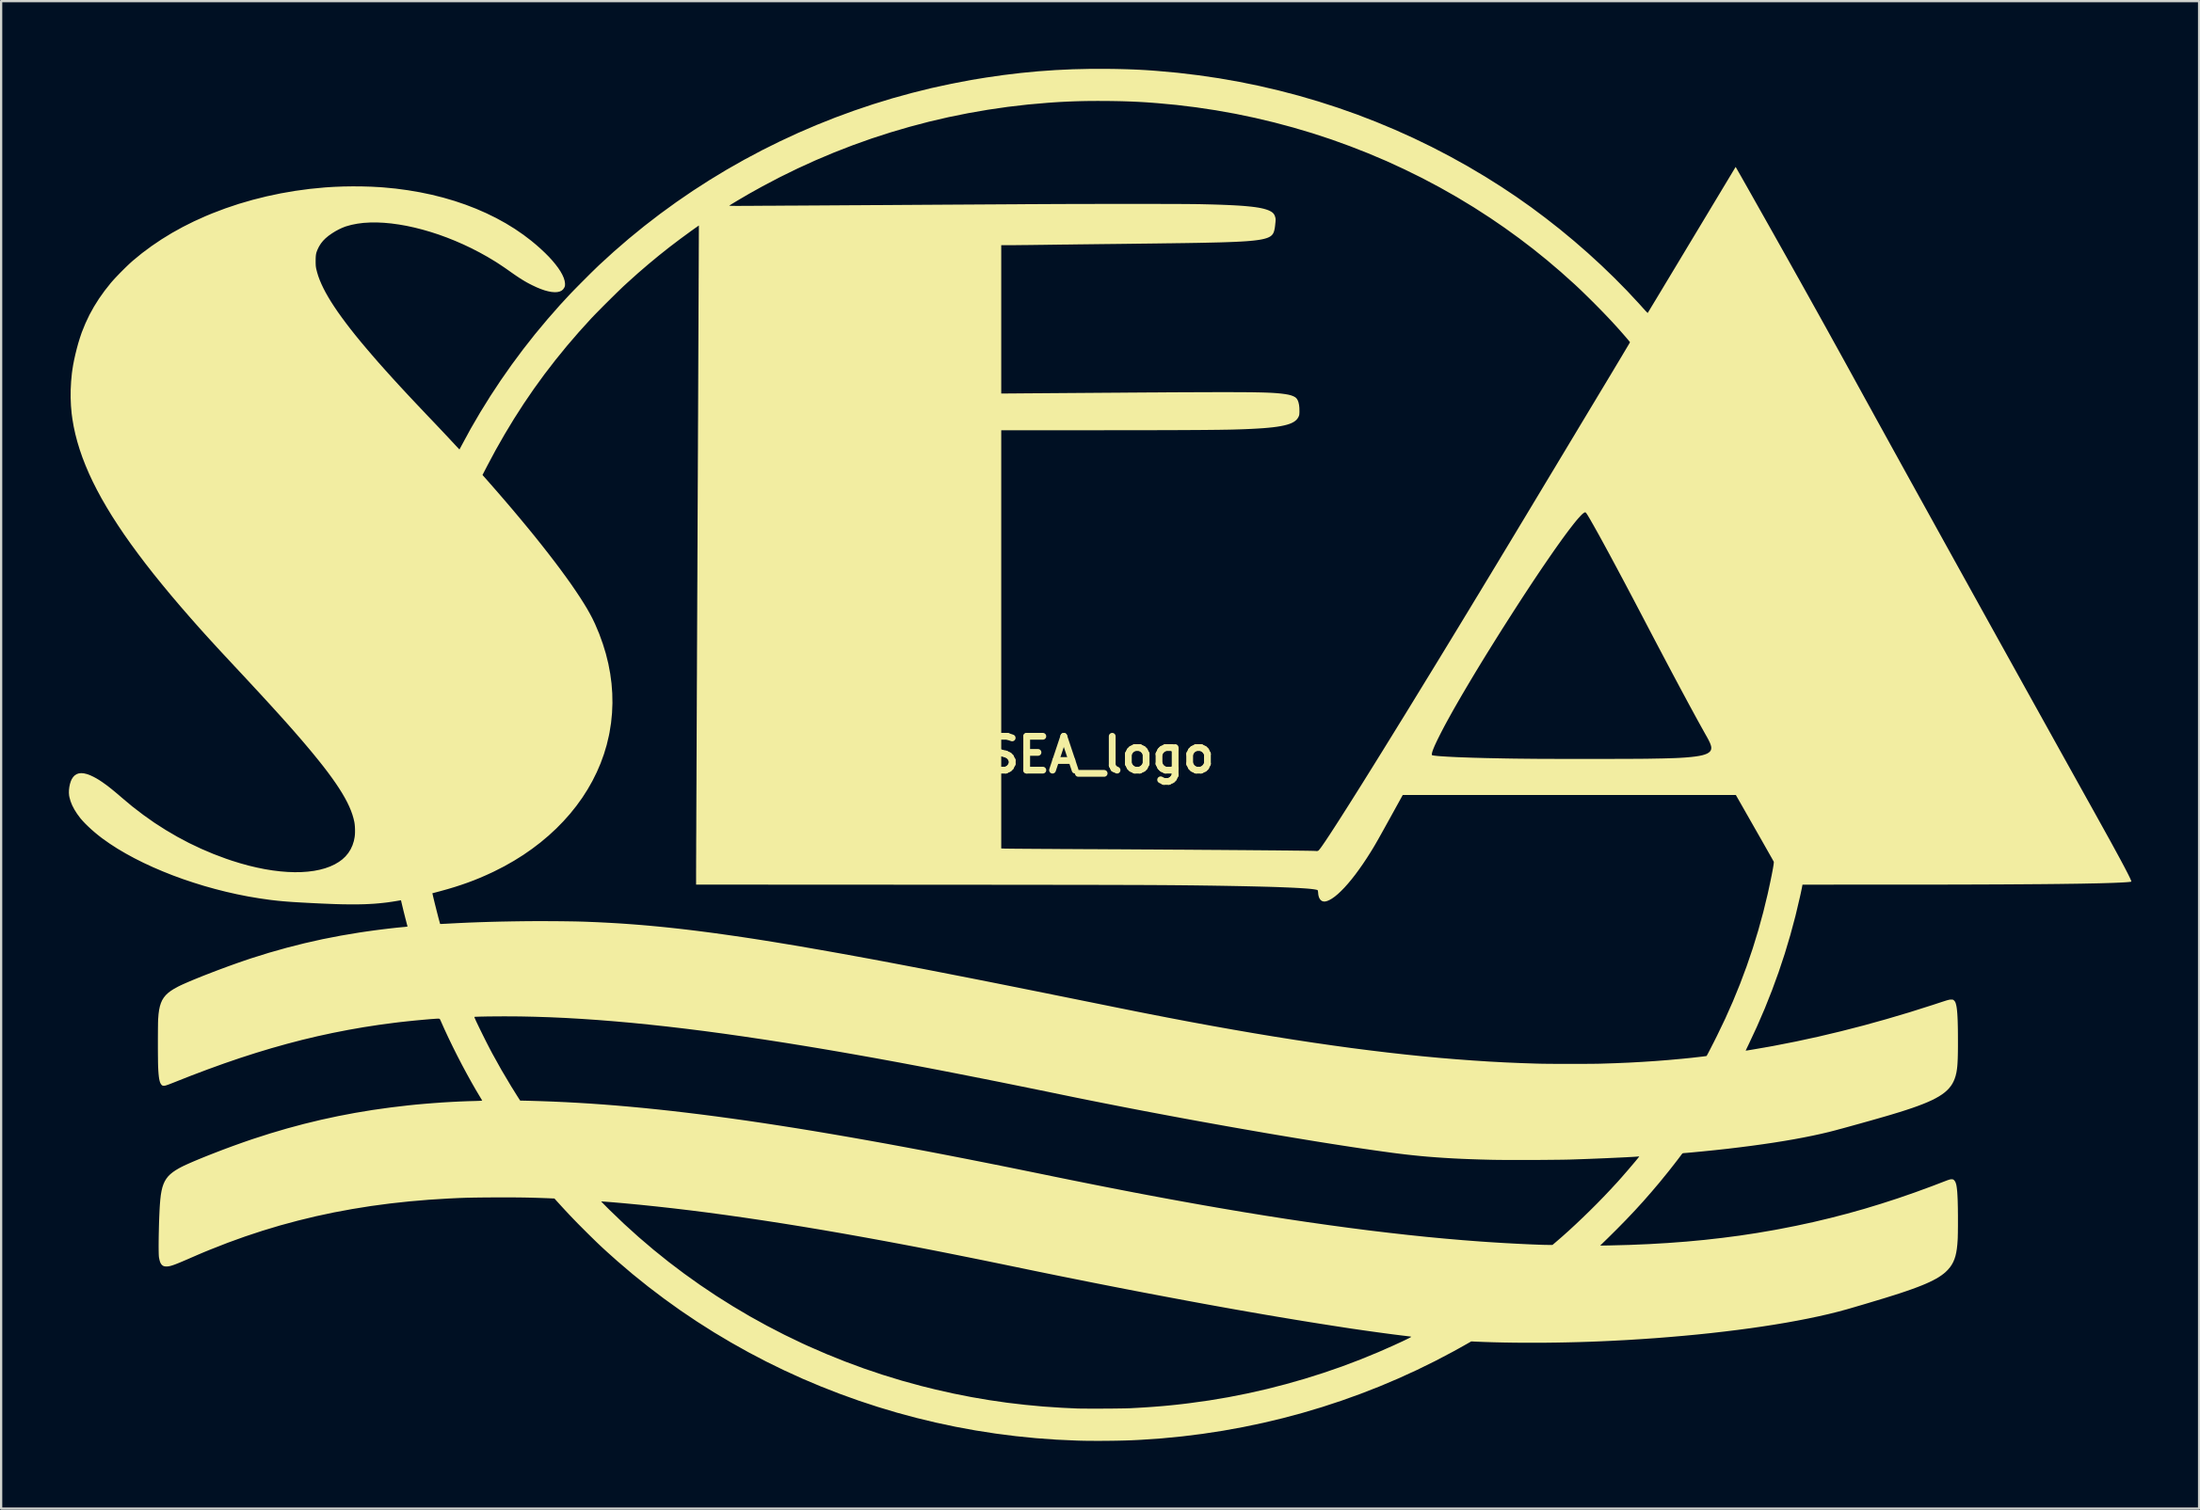
<source format=kicad_pcb>
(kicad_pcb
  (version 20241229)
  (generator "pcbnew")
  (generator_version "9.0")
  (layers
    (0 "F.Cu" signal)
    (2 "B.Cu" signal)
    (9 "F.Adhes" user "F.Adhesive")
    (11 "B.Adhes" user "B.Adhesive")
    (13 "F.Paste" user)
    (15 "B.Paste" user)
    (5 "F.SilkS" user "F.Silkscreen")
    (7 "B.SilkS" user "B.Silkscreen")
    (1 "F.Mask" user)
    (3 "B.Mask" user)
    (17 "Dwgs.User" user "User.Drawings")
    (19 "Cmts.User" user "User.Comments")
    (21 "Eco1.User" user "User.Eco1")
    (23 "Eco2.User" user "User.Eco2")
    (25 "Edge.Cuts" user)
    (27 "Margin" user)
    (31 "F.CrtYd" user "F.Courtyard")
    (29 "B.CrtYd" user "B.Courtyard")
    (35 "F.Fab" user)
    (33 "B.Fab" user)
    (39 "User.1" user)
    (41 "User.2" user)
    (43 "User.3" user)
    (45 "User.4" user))
  (footprint "SEA_logo"
    (layer "F.Cu")
    (at 45.647 30.383)
    (property "Reference" "SEA_logo" (at 0 0 0) (layer "F.SilkS") (effects (font (size 1.5 1.5) (thickness 0.3))))
    (attr board_only exclude_from_pos_files exclude_from_bom)
    (fp_poly (pts (xy 0.636 -30.379) (xy 0.933 -30.373) (xy 1.215 -30.365) (xy 1.487 -30.355) (xy 1.753 -30.343) (xy 2.018 -30.328) (xy 2.288 -30.31) (xy 2.535 -30.291) (xy 3.448 -30.208) (xy 4.356 -30.099) (xy 5.257 -29.967) (xy 6.153 -29.809) (xy 7.041 -29.628) (xy 7.923 -29.422) (xy 8.797 -29.193) (xy 9.664 -28.939) (xy 10.522 -28.662) (xy 11.372 -28.362) (xy 12.213 -28.037) (xy 13.044 -27.69) (xy 13.867 -27.319) (xy 14.679 -26.925) (xy 15.48 -26.508) (xy 16.271 -26.069) (xy 17.051 -25.606) (xy 17.757 -25.161) (xy 18.417 -24.721) (xy 19.072 -24.259) (xy 19.718 -23.776) (xy 20.355 -23.276) (xy 20.979 -22.759) (xy 21.59 -22.227) (xy 22.185 -21.682) (xy 22.761 -21.126) (xy 23.318 -20.561) (xy 23.852 -19.988) (xy 24.018 -19.802) (xy 24.077 -19.738) (xy 24.129 -19.68) (xy 24.175 -19.632) (xy 24.21 -19.597) (xy 24.232 -19.576) (xy 24.24 -19.572) (xy 24.247 -19.583) (xy 24.267 -19.616) (xy 24.298 -19.668) (xy 24.342 -19.74) (xy 24.396 -19.83) (xy 24.461 -19.938) (xy 24.536 -20.062) (xy 24.621 -20.202) (xy 24.714 -20.357) (xy 24.816 -20.526) (xy 24.926 -20.709) (xy 25.043 -20.904) (xy 25.168 -21.111) (xy 25.298 -21.328) (xy 25.435 -21.555) (xy 25.577 -21.791) (xy 25.724 -22.036) (xy 25.875 -22.287) (xy 26.03 -22.546) (xy 26.188 -22.808) (xy 26.347 -23.072) (xy 26.502 -23.33) (xy 26.653 -23.581) (xy 26.8 -23.825) (xy 26.942 -24.061) (xy 27.078 -24.288) (xy 27.209 -24.505) (xy 27.333 -24.712) (xy 27.45 -24.906) (xy 27.559 -25.088) (xy 27.661 -25.257) (xy 27.754 -25.412) (xy 27.838 -25.552) (xy 27.913 -25.676) (xy 27.977 -25.783) (xy 28.031 -25.873) (xy 28.074 -25.944) (xy 28.105 -25.996) (xy 28.125 -26.028) (xy 28.131 -26.039) (xy 28.138 -26.029) (xy 28.156 -25.998) (xy 28.185 -25.947) (xy 28.224 -25.88) (xy 28.272 -25.795) (xy 28.329 -25.696) (xy 28.393 -25.584) (xy 28.463 -25.46) (xy 28.539 -25.325) (xy 28.621 -25.181) (xy 28.706 -25.03) (xy 28.768 -24.921) (xy 29.033 -24.45) (xy 29.287 -24) (xy 29.53 -23.569) (xy 29.763 -23.155) (xy 29.986 -22.758) (xy 30.201 -22.375) (xy 30.409 -22.006) (xy 30.609 -21.648) (xy 30.804 -21.3) (xy 30.994 -20.961) (xy 31.179 -20.629) (xy 31.361 -20.303) (xy 31.54 -19.981) (xy 31.718 -19.662) (xy 31.894 -19.345) (xy 32.071 -19.027) (xy 32.248 -18.707) (xy 32.426 -18.384) (xy 32.607 -18.057) (xy 32.792 -17.723) (xy 32.98 -17.382) (xy 33.173 -17.031) (xy 33.371 -16.67) (xy 33.576 -16.297) (xy 33.577 -16.296) (xy 33.832 -15.831) (xy 34.1 -15.345) (xy 34.379 -14.837) (xy 34.67 -14.31) (xy 34.971 -13.763) (xy 35.283 -13.198) (xy 35.605 -12.614) (xy 35.937 -12.013) (xy 36.278 -11.396) (xy 36.629 -10.762) (xy 36.988 -10.113) (xy 37.355 -9.449) (xy 37.73 -8.771) (xy 38.113 -8.08) (xy 38.503 -7.376) (xy 38.899 -6.661) (xy 39.302 -5.934) (xy 39.711 -5.196) (xy 40.126 -4.449) (xy 40.546 -3.692) (xy 40.97 -2.927) (xy 41.4 -2.154) (xy 41.833 -1.374) (xy 42.27 -0.587) (xy 42.711 0.206) (xy 43.154 1.003) (xy 43.6 1.805) (xy 44.049 2.611) (xy 44.246 2.967) (xy 44.426 3.291) (xy 44.594 3.595) (xy 44.75 3.877) (xy 44.893 4.139) (xy 45.024 4.38) (xy 45.143 4.599) (xy 45.249 4.797) (xy 45.343 4.974) (xy 45.424 5.13) (xy 45.493 5.264) (xy 45.549 5.377) (xy 45.593 5.468) (xy 45.624 5.538) (xy 45.642 5.586) (xy 45.647 5.612) (xy 45.646 5.616) (xy 45.629 5.621) (xy 45.589 5.627) (xy 45.53 5.633) (xy 45.453 5.64) (xy 45.361 5.646) (xy 45.258 5.652) (xy 45.145 5.658) (xy 45.101 5.66) (xy 44.925 5.668) (xy 44.731 5.675) (xy 44.518 5.681) (xy 44.287 5.688) (xy 44.036 5.694) (xy 43.765 5.699) (xy 43.475 5.705) (xy 43.165 5.71) (xy 42.834 5.714) (xy 42.482 5.719) (xy 42.11 5.723) (xy 41.716 5.727) (xy 41.3 5.73) (xy 40.863 5.733) (xy 40.403 5.736) (xy 39.92 5.739) (xy 39.415 5.741) (xy 38.887 5.743) (xy 38.335 5.745) (xy 37.76 5.746) (xy 37.16 5.748) (xy 36.536 5.748) (xy 35.887 5.749) (xy 35.214 5.749) (xy 34.866 5.749) (xy 31.091 5.75) (xy 31.069 5.867) (xy 31.06 5.913) (xy 31.046 5.979) (xy 31.029 6.059) (xy 31.01 6.149) (xy 30.989 6.243) (xy 30.976 6.302) (xy 30.777 7.145) (xy 30.553 7.98) (xy 30.306 8.807) (xy 30.034 9.626) (xy 29.738 10.438) (xy 29.418 11.243) (xy 29.073 12.041) (xy 28.724 12.789) (xy 28.685 12.871) (xy 28.649 12.945) (xy 28.619 13.008) (xy 28.596 13.057) (xy 28.581 13.09) (xy 28.576 13.103) (xy 28.576 13.103) (xy 28.588 13.101) (xy 28.623 13.096) (xy 28.678 13.088) (xy 28.749 13.076) (xy 28.834 13.062) (xy 28.93 13.046) (xy 29.035 13.028) (xy 29.146 13.009) (xy 29.259 12.989) (xy 29.372 12.97) (xy 29.483 12.95) (xy 29.589 12.932) (xy 29.686 12.914) (xy 29.773 12.899) (xy 29.815 12.891) (xy 30.798 12.698) (xy 31.79 12.483) (xy 32.79 12.245) (xy 33.798 11.986) (xy 34.812 11.704) (xy 35.831 11.402) (xy 36.853 11.078) (xy 37.109 10.994) (xy 37.23 10.954) (xy 37.329 10.922) (xy 37.41 10.896) (xy 37.474 10.876) (xy 37.526 10.862) (xy 37.567 10.852) (xy 37.6 10.845) (xy 37.629 10.841) (xy 37.655 10.84) (xy 37.664 10.84) (xy 37.713 10.84) (xy 37.745 10.844) (xy 37.768 10.854) (xy 37.79 10.871) (xy 37.795 10.877) (xy 37.826 10.91) (xy 37.85 10.945) (xy 37.869 10.99) (xy 37.886 11.05) (xy 37.896 11.089) (xy 37.911 11.164) (xy 37.924 11.254) (xy 37.935 11.359) (xy 37.945 11.481) (xy 37.953 11.621) (xy 37.96 11.78) (xy 37.965 11.96) (xy 37.969 12.161) (xy 37.971 12.385) (xy 37.972 12.633) (xy 37.972 12.719) (xy 37.972 12.935) (xy 37.97 13.128) (xy 37.967 13.299) (xy 37.963 13.451) (xy 37.957 13.586) (xy 37.95 13.706) (xy 37.941 13.814) (xy 37.93 13.91) (xy 37.917 13.997) (xy 37.903 14.078) (xy 37.901 14.085) (xy 37.871 14.213) (xy 37.832 14.335) (xy 37.785 14.45) (xy 37.729 14.559) (xy 37.662 14.663) (xy 37.583 14.762) (xy 37.492 14.858) (xy 37.388 14.95) (xy 37.269 15.039) (xy 37.135 15.126) (xy 36.984 15.212) (xy 36.816 15.297) (xy 36.63 15.381) (xy 36.425 15.466) (xy 36.199 15.552) (xy 35.952 15.64) (xy 35.683 15.73) (xy 35.391 15.823) (xy 35.075 15.919) (xy 35.074 15.92) (xy 34.933 15.962) (xy 34.775 16.008) (xy 34.604 16.057) (xy 34.421 16.11) (xy 34.229 16.165) (xy 34.031 16.221) (xy 33.83 16.277) (xy 33.629 16.334) (xy 33.429 16.389) (xy 33.234 16.443) (xy 33.046 16.495) (xy 32.868 16.544) (xy 32.702 16.588) (xy 32.552 16.629) (xy 32.42 16.663) (xy 32.308 16.692) (xy 32.263 16.704) (xy 31.91 16.787) (xy 31.534 16.869) (xy 31.134 16.949) (xy 30.712 17.028) (xy 30.269 17.104) (xy 29.806 17.178) (xy 29.324 17.249) (xy 28.824 17.318) (xy 28.307 17.384) (xy 27.774 17.448) (xy 27.226 17.508) (xy 26.664 17.565) (xy 26.181 17.611) (xy 26.089 17.619) (xy 26.003 17.627) (xy 25.929 17.633) (xy 25.869 17.638) (xy 25.827 17.641) (xy 25.806 17.643) (xy 25.806 17.643) (xy 25.78 17.654) (xy 25.748 17.688) (xy 25.736 17.703) (xy 25.706 17.745) (xy 25.662 17.803) (xy 25.607 17.876) (xy 25.544 17.959) (xy 25.474 18.049) (xy 25.401 18.144) (xy 25.326 18.239) (xy 25.252 18.334) (xy 25.182 18.423) (xy 25.117 18.504) (xy 25.115 18.506) (xy 24.763 18.939) (xy 24.407 19.359) (xy 24.045 19.773) (xy 23.672 20.182) (xy 23.285 20.591) (xy 22.882 21.002) (xy 22.465 21.415) (xy 22.134 21.737) (xy 22.579 21.729) (xy 23.449 21.706) (xy 24.299 21.67) (xy 25.131 21.621) (xy 25.945 21.56) (xy 26.745 21.485) (xy 27.531 21.396) (xy 28.306 21.295) (xy 29.071 21.179) (xy 29.828 21.049) (xy 30.045 21.009) (xy 30.815 20.858) (xy 31.573 20.694) (xy 32.323 20.515) (xy 33.068 20.322) (xy 33.811 20.114) (xy 34.555 19.888) (xy 35.303 19.646) (xy 36.057 19.385) (xy 36.821 19.105) (xy 37.384 18.889) (xy 37.47 18.856) (xy 37.536 18.832) (xy 37.587 18.816) (xy 37.627 18.805) (xy 37.66 18.8) (xy 37.688 18.799) (xy 37.731 18.801) (xy 37.76 18.808) (xy 37.786 18.826) (xy 37.808 18.847) (xy 37.836 18.882) (xy 37.861 18.926) (xy 37.882 18.983) (xy 37.901 19.053) (xy 37.916 19.139) (xy 37.929 19.242) (xy 37.941 19.364) (xy 37.95 19.508) (xy 37.958 19.674) (xy 37.96 19.727) (xy 37.963 19.835) (xy 37.966 19.96) (xy 37.969 20.1) (xy 37.97 20.249) (xy 37.972 20.405) (xy 37.972 20.565) (xy 37.972 20.724) (xy 37.972 20.879) (xy 37.97 21.026) (xy 37.969 21.162) (xy 37.966 21.284) (xy 37.964 21.388) (xy 37.96 21.47) (xy 37.96 21.474) (xy 37.945 21.687) (xy 37.924 21.878) (xy 37.896 22.049) (xy 37.86 22.203) (xy 37.815 22.342) (xy 37.761 22.468) (xy 37.697 22.585) (xy 37.622 22.694) (xy 37.535 22.797) (xy 37.51 22.824) (xy 37.431 22.902) (xy 37.343 22.978) (xy 37.243 23.053) (xy 37.133 23.127) (xy 37.009 23.201) (xy 36.872 23.274) (xy 36.72 23.349) (xy 36.552 23.425) (xy 36.368 23.502) (xy 36.165 23.581) (xy 35.943 23.663) (xy 35.701 23.748) (xy 35.438 23.837) (xy 35.152 23.929) (xy 34.843 24.026) (xy 34.714 24.066) (xy 34.562 24.112) (xy 34.4 24.161) (xy 34.229 24.212) (xy 34.055 24.265) (xy 33.88 24.317) (xy 33.709 24.368) (xy 33.544 24.416) (xy 33.389 24.462) (xy 33.248 24.503) (xy 33.125 24.539) (xy 33.03 24.566) (xy 32.644 24.67) (xy 32.234 24.772) (xy 31.801 24.87) (xy 31.346 24.966) (xy 30.87 25.059) (xy 30.375 25.149) (xy 29.861 25.235) (xy 29.329 25.318) (xy 28.781 25.397) (xy 28.217 25.472) (xy 27.64 25.543) (xy 27.049 25.611) (xy 26.447 25.674) (xy 25.833 25.732) (xy 25.21 25.786) (xy 24.579 25.836) (xy 23.939 25.88) (xy 23.294 25.92) (xy 22.643 25.954) (xy 22.122 25.978) (xy 21.651 25.996) (xy 21.173 26.011) (xy 20.69 26.023) (xy 20.205 26.032) (xy 19.721 26.038) (xy 19.242 26.04) (xy 18.77 26.04) (xy 18.309 26.036) (xy 17.861 26.029) (xy 17.429 26.019) (xy 17.017 26.006) (xy 16.664 25.992) (xy 16.429 25.981) (xy 16.143 26.143) (xy 16.049 26.196) (xy 15.947 26.253) (xy 15.844 26.31) (xy 15.747 26.364) (xy 15.662 26.411) (xy 15.635 26.426) (xy 14.836 26.847) (xy 14.026 27.245) (xy 13.205 27.62) (xy 12.375 27.972) (xy 11.535 28.3) (xy 10.687 28.605) (xy 9.83 28.887) (xy 8.965 29.145) (xy 8.093 29.379) (xy 7.214 29.589) (xy 6.328 29.775) (xy 5.437 29.937) (xy 4.54 30.074) (xy 3.638 30.187) (xy 2.732 30.275) (xy 1.822 30.338) (xy 1.62 30.349) (xy 1.377 30.36) (xy 1.113 30.369) (xy 0.834 30.376) (xy 0.546 30.381) (xy 0.254 30.384) (xy -0.038 30.386) (xy -0.324 30.385) (xy -0.599 30.383) (xy -0.857 30.378) (xy -1.029 30.373) (xy -1.934 30.332) (xy -2.835 30.267) (xy -3.732 30.177) (xy -4.624 30.063) (xy -5.511 29.925) (xy -6.392 29.763) (xy -7.267 29.577) (xy -8.135 29.368) (xy -8.995 29.136) (xy -9.848 28.88) (xy -10.693 28.602) (xy -11.529 28.301) (xy -12.355 27.978) (xy -13.172 27.633) (xy -13.979 27.265) (xy -14.775 26.876) (xy -15.559 26.465) (xy -16.332 26.032) (xy -17.093 25.579) (xy -17.841 25.104) (xy -18.576 24.609) (xy -19.297 24.092) (xy -20.003 23.556) (xy -20.696 22.999) (xy -21.372 22.422) (xy -21.825 22.017) (xy -21.919 21.931) (xy -22.005 21.852) (xy -22.085 21.778) (xy -22.163 21.704) (xy -22.242 21.629) (xy -22.324 21.55) (xy -22.413 21.463) (xy -22.511 21.367) (xy -22.622 21.258) (xy -22.736 21.145) (xy -22.943 20.938) (xy -23.136 20.744) (xy -23.318 20.556) (xy -23.496 20.369) (xy -23.674 20.179) (xy -23.856 19.981) (xy -24.038 19.781) (xy -22.085 19.781) (xy -22.078 19.791) (xy -22.054 19.817) (xy -22.015 19.856) (xy -21.964 19.909) (xy -21.901 19.971) (xy -21.83 20.043) (xy -21.751 20.122) (xy -21.687 20.185) (xy -21.067 20.78) (xy -20.43 21.356) (xy -19.775 21.915) (xy -19.104 22.455) (xy -18.416 22.976) (xy -17.712 23.478) (xy -16.992 23.961) (xy -16.258 24.423) (xy -15.51 24.866) (xy -14.748 25.287) (xy -13.973 25.688) (xy -13.186 26.067) (xy -12.928 26.185) (xy -12.113 26.54) (xy -11.29 26.871) (xy -10.458 27.179) (xy -9.618 27.462) (xy -8.771 27.721) (xy -7.917 27.955) (xy -7.287 28.111) (xy -6.496 28.289) (xy -5.707 28.445) (xy -4.918 28.58) (xy -4.125 28.695) (xy -3.326 28.789) (xy -2.517 28.865) (xy -1.696 28.92) (xy -1.042 28.951) (xy -0.967 28.953) (xy -0.869 28.955) (xy -0.753 28.956) (xy -0.62 28.957) (xy -0.474 28.958) (xy -0.318 28.958) (xy -0.153 28.958) (xy 0.016 28.958) (xy 0.188 28.957) (xy 0.359 28.956) (xy 0.526 28.955) (xy 0.687 28.953) (xy 0.838 28.951) (xy 0.977 28.949) (xy 1.102 28.947) (xy 1.209 28.944) (xy 1.295 28.942) (xy 1.341 28.94) (xy 1.668 28.922) (xy 1.975 28.904) (xy 2.265 28.884) (xy 2.544 28.863) (xy 2.815 28.84) (xy 3.084 28.815) (xy 3.355 28.787) (xy 3.632 28.756) (xy 3.92 28.721) (xy 3.964 28.715) (xy 4.82 28.596) (xy 5.675 28.452) (xy 6.528 28.283) (xy 7.377 28.091) (xy 8.221 27.874) (xy 9.059 27.635) (xy 9.889 27.373) (xy 10.711 27.089) (xy 11.521 26.782) (xy 12.32 26.454) (xy 12.986 26.16) (xy 13.161 26.079) (xy 13.314 26.009) (xy 13.443 25.948) (xy 13.551 25.896) (xy 13.637 25.854) (xy 13.701 25.821) (xy 13.745 25.796) (xy 13.768 25.78) (xy 13.77 25.773) (xy 13.77 25.773) (xy 13.751 25.769) (xy 13.711 25.762) (xy 13.655 25.755) (xy 13.586 25.746) (xy 13.513 25.737) (xy 13.369 25.72) (xy 13.203 25.699) (xy 13.019 25.676) (xy 12.819 25.65) (xy 12.608 25.622) (xy 12.387 25.592) (xy 12.161 25.561) (xy 11.933 25.529) (xy 11.705 25.497) (xy 11.482 25.465) (xy 11.267 25.434) (xy 11.062 25.404) (xy 10.872 25.375) (xy 10.864 25.374) (xy 10.745 25.355) (xy 10.609 25.334) (xy 10.458 25.311) (xy 10.296 25.286) (xy 10.127 25.259) (xy 9.954 25.232) (xy 9.781 25.205) (xy 9.612 25.178) (xy 9.449 25.152) (xy 9.297 25.128) (xy 9.159 25.105) (xy 9.039 25.086) (xy 8.94 25.07) (xy 8.933 25.069) (xy 8.835 25.052) (xy 8.738 25.037) (xy 8.648 25.022) (xy 8.569 25.009) (xy 8.506 24.998) (xy 8.469 24.992) (xy 7.896 24.897) (xy 7.301 24.796) (xy 6.685 24.689) (xy 6.049 24.578) (xy 5.395 24.461) (xy 4.726 24.34) (xy 4.042 24.214) (xy 3.346 24.084) (xy 2.639 23.951) (xy 1.923 23.815) (xy 1.2 23.676) (xy 0.472 23.534) (xy -0.26 23.39) (xy -0.994 23.243) (xy -1.729 23.096) (xy -2.462 22.947) (xy -3.192 22.797) (xy -3.297 22.775) (xy -3.805 22.67) (xy -4.289 22.57) (xy -4.752 22.475) (xy -5.195 22.384) (xy -5.62 22.298) (xy -6.028 22.216) (xy -6.421 22.137) (xy -6.8 22.061) (xy -7.168 21.988) (xy -7.526 21.918) (xy -7.875 21.85) (xy -8.217 21.784) (xy -8.554 21.72) (xy -8.887 21.657) (xy -9.219 21.595) (xy -9.55 21.533) (xy -9.882 21.472) (xy -10.217 21.411) (xy -10.426 21.373) (xy -11.367 21.205) (xy -12.286 21.046) (xy -13.183 20.896) (xy -14.058 20.755) (xy -14.913 20.623) (xy -15.748 20.499) (xy -16.565 20.383) (xy -17.363 20.275) (xy -18.145 20.176) (xy -18.91 20.085) (xy -19.659 20.002) (xy -20.394 19.926) (xy -21.115 19.858) (xy -21.612 19.815) (xy -21.718 19.807) (xy -21.816 19.799) (xy -21.904 19.792) (xy -21.977 19.787) (xy -22.033 19.783) (xy -22.071 19.781) (xy -22.085 19.781) (xy -22.085 19.781) (xy -24.038 19.781) (xy -24.048 19.77) (xy -24.118 19.692) (xy -24.155 19.651) (xy -24.46 19.638) (xy -24.708 19.629) (xy -24.951 19.621) (xy -25.193 19.614) (xy -25.437 19.609) (xy -25.688 19.605) (xy -25.948 19.603) (xy -26.222 19.602) (xy -26.512 19.602) (xy -26.824 19.603) (xy -26.906 19.603) (xy -27.116 19.605) (xy -27.305 19.606) (xy -27.474 19.608) (xy -27.627 19.61) (xy -27.766 19.612) (xy -27.895 19.615) (xy -28.017 19.617) (xy -28.134 19.621) (xy -28.251 19.625) (xy -28.369 19.629) (xy -28.492 19.635) (xy -28.623 19.641) (xy -28.765 19.648) (xy -28.818 19.65) (xy -29.705 19.705) (xy -30.576 19.779) (xy -31.432 19.872) (xy -32.273 19.984) (xy -33.102 20.117) (xy -33.918 20.268) (xy -34.722 20.44) (xy -35.517 20.633) (xy -36.302 20.845) (xy -37.078 21.079) (xy -37.847 21.333) (xy -38.609 21.608) (xy -39.366 21.905) (xy -39.409 21.922) (xy -39.516 21.966) (xy -39.607 22.003) (xy -39.686 22.036) (xy -39.759 22.066) (xy -39.828 22.096) (xy -39.899 22.126) (xy -39.976 22.159) (xy -40.063 22.197) (xy -40.164 22.241) (xy -40.285 22.293) (xy -40.285 22.294) (xy -40.454 22.367) (xy -40.602 22.43) (xy -40.73 22.484) (xy -40.841 22.529) (xy -40.937 22.567) (xy -41.02 22.597) (xy -41.091 22.62) (xy -41.153 22.638) (xy -41.207 22.65) (xy -41.256 22.657) (xy -41.3 22.661) (xy -41.33 22.662) (xy -41.403 22.657) (xy -41.46 22.642) (xy -41.508 22.613) (xy -41.546 22.576) (xy -41.582 22.525) (xy -41.612 22.458) (xy -41.637 22.372) (xy -41.659 22.264) (xy -41.66 22.261) (xy -41.665 22.214) (xy -41.669 22.144) (xy -41.672 22.053) (xy -41.674 21.944) (xy -41.675 21.818) (xy -41.675 21.679) (xy -41.674 21.529) (xy -41.672 21.369) (xy -41.669 21.203) (xy -41.665 21.033) (xy -41.661 20.86) (xy -41.656 20.688) (xy -41.65 20.519) (xy -41.643 20.354) (xy -41.636 20.197) (xy -41.628 20.049) (xy -41.619 19.913) (xy -41.619 19.911) (xy -41.601 19.691) (xy -41.578 19.494) (xy -41.548 19.318) (xy -41.51 19.16) (xy -41.463 19.019) (xy -41.406 18.892) (xy -41.337 18.778) (xy -41.256 18.673) (xy -41.16 18.577) (xy -41.049 18.486) (xy -40.922 18.399) (xy -40.777 18.313) (xy -40.66 18.251) (xy -40.554 18.198) (xy -40.425 18.139) (xy -40.277 18.073) (xy -40.111 18.001) (xy -39.93 17.925) (xy -39.735 17.845) (xy -39.529 17.762) (xy -39.314 17.677) (xy -39.092 17.591) (xy -38.866 17.504) (xy -38.637 17.418) (xy -38.407 17.333) (xy -38.179 17.251) (xy -37.955 17.171) (xy -37.737 17.095) (xy -37.528 17.024) (xy -37.496 17.013) (xy -36.74 16.77) (xy -35.988 16.548) (xy -35.239 16.347) (xy -34.488 16.165) (xy -33.733 16.002) (xy -32.97 15.857) (xy -32.197 15.729) (xy -31.41 15.619) (xy -30.641 15.528) (xy -30.272 15.49) (xy -29.889 15.456) (xy -29.501 15.425) (xy -29.111 15.397) (xy -28.725 15.374) (xy -28.35 15.355) (xy -27.99 15.341) (xy -27.776 15.335) (xy -27.683 15.333) (xy -27.597 15.33) (xy -27.52 15.327) (xy -27.458 15.324) (xy -27.414 15.322) (xy -27.393 15.319) (xy -27.352 15.311) (xy -27.429 15.184) (xy -27.632 14.843) (xy -27.838 14.483) (xy -28.046 14.106) (xy -28.253 13.719) (xy -28.457 13.325) (xy -28.655 12.929) (xy -28.845 12.536) (xy -29.025 12.15) (xy -29.19 11.779) (xy -29.211 11.734) (xy -29.226 11.707) (xy -29.241 11.693) (xy -29.261 11.687) (xy -29.278 11.686) (xy -29.312 11.685) (xy -29.369 11.687) (xy -29.447 11.692) (xy -29.543 11.699) (xy -29.654 11.707) (xy -29.78 11.718) (xy -29.916 11.73) (xy -30.061 11.743) (xy -30.212 11.757) (xy -30.367 11.772) (xy -30.524 11.788) (xy -30.68 11.804) (xy -30.834 11.821) (xy -30.981 11.837) (xy -31.121 11.854) (xy -31.245 11.869) (xy -31.933 11.961) (xy -32.615 12.066) (xy -33.292 12.185) (xy -33.967 12.317) (xy -34.641 12.463) (xy -35.316 12.624) (xy -35.994 12.801) (xy -36.677 12.993) (xy -37.366 13.201) (xy -38.064 13.426) (xy -38.771 13.668) (xy -39.491 13.928) (xy -40.224 14.205) (xy -40.745 14.41) (xy -40.883 14.465) (xy -41.001 14.512) (xy -41.098 14.55) (xy -41.179 14.581) (xy -41.244 14.606) (xy -41.297 14.624) (xy -41.338 14.638) (xy -41.371 14.647) (xy -41.396 14.653) (xy -41.417 14.656) (xy -41.435 14.657) (xy -41.436 14.657) (xy -41.479 14.655) (xy -41.508 14.648) (xy -41.532 14.631) (xy -41.55 14.613) (xy -41.581 14.572) (xy -41.607 14.518) (xy -41.63 14.449) (xy -41.649 14.363) (xy -41.665 14.259) (xy -41.678 14.134) (xy -41.689 13.987) (xy -41.695 13.869) (xy -41.698 13.797) (xy -41.701 13.703) (xy -41.703 13.592) (xy -41.704 13.465) (xy -41.706 13.326) (xy -41.707 13.177) (xy -41.708 13.021) (xy -41.708 12.862) (xy -41.708 12.7) (xy -41.708 12.541) (xy -41.707 12.386) (xy -41.706 12.238) (xy -41.705 12.1) (xy -41.703 11.976) (xy -41.702 11.866) (xy -41.699 11.776) (xy -41.697 11.707) (xy -41.695 11.683) (xy -41.689 11.609) (xy -27.699 11.609) (xy -27.696 11.623) (xy -27.683 11.657) (xy -27.66 11.71) (xy -27.629 11.78) (xy -27.59 11.864) (xy -27.544 11.96) (xy -27.493 12.067) (xy -27.437 12.182) (xy -27.377 12.303) (xy -27.315 12.429) (xy -27.251 12.557) (xy -27.187 12.685) (xy -27.123 12.811) (xy -27.06 12.933) (xy -27 13.049) (xy -26.943 13.157) (xy -26.906 13.227) (xy -26.499 13.959) (xy -26.071 14.68) (xy -25.811 15.097) (xy -25.673 15.314) (xy -25.308 15.322) (xy -24.771 15.338) (xy -24.227 15.358) (xy -23.677 15.383) (xy -23.119 15.413) (xy -22.553 15.448) (xy -21.977 15.489) (xy -21.393 15.535) (xy -20.799 15.587) (xy -20.193 15.644) (xy -19.577 15.707) (xy -18.949 15.775) (xy -18.309 15.85) (xy -17.656 15.93) (xy -16.989 16.016) (xy -16.309 16.109) (xy -15.613 16.207) (xy -14.903 16.312) (xy -14.176 16.423) (xy -13.433 16.54) (xy -12.673 16.664) (xy -11.896 16.795) (xy -11.1 16.932) (xy -10.285 17.076) (xy -9.451 17.226) (xy -8.598 17.384) (xy -7.723 17.548) (xy -6.828 17.72) (xy -5.91 17.899) (xy -4.971 18.085) (xy -4.008 18.278) (xy -3.022 18.479) (xy -2.668 18.551) (xy -2.017 18.685) (xy -1.388 18.813) (xy -0.78 18.935) (xy -0.191 19.053) (xy 0.383 19.166) (xy 0.941 19.275) (xy 1.488 19.381) (xy 2.024 19.483) (xy 2.552 19.582) (xy 3.074 19.679) (xy 3.591 19.773) (xy 4.107 19.866) (xy 4.623 19.958) (xy 5.14 20.048) (xy 5.407 20.094) (xy 6.37 20.257) (xy 7.324 20.412) (xy 8.265 20.559) (xy 9.195 20.698) (xy 10.111 20.828) (xy 11.012 20.95) (xy 11.897 21.064) (xy 12.766 21.168) (xy 13.617 21.264) (xy 14.45 21.351) (xy 15.262 21.428) (xy 16.054 21.496) (xy 16.824 21.555) (xy 17.204 21.581) (xy 17.424 21.595) (xy 17.648 21.609) (xy 17.876 21.623) (xy 18.104 21.635) (xy 18.331 21.648) (xy 18.552 21.659) (xy 18.767 21.669) (xy 18.973 21.679) (xy 19.166 21.687) (xy 19.345 21.694) (xy 19.508 21.7) (xy 19.65 21.704) (xy 19.771 21.706) (xy 19.814 21.707) (xy 20.022 21.709) (xy 20.131 21.617) (xy 20.426 21.362) (xy 20.732 21.089) (xy 21.044 20.801) (xy 21.359 20.502) (xy 21.675 20.195) (xy 21.987 19.884) (xy 22.291 19.572) (xy 22.585 19.262) (xy 22.866 18.958) (xy 22.918 18.901) (xy 23.004 18.804) (xy 23.098 18.698) (xy 23.196 18.585) (xy 23.298 18.468) (xy 23.399 18.351) (xy 23.497 18.235) (xy 23.591 18.125) (xy 23.677 18.023) (xy 23.753 17.931) (xy 23.816 17.853) (xy 23.854 17.805) (xy 23.863 17.791) (xy 23.855 17.787) (xy 23.829 17.79) (xy 23.791 17.793) (xy 23.73 17.798) (xy 23.647 17.804) (xy 23.545 17.81) (xy 23.425 17.816) (xy 23.288 17.824) (xy 23.138 17.831) (xy 22.976 17.839) (xy 22.803 17.847) (xy 22.621 17.855) (xy 22.434 17.864) (xy 22.241 17.872) (xy 22.046 17.88) (xy 21.85 17.888) (xy 21.654 17.896) (xy 21.462 17.903) (xy 21.274 17.91) (xy 21.094 17.916) (xy 20.921 17.922) (xy 20.883 17.923) (xy 20.762 17.927) (xy 20.618 17.93) (xy 20.454 17.933) (xy 20.272 17.935) (xy 20.076 17.937) (xy 19.868 17.939) (xy 19.651 17.941) (xy 19.426 17.943) (xy 19.198 17.944) (xy 18.969 17.945) (xy 18.741 17.945) (xy 18.517 17.945) (xy 18.299 17.945) (xy 18.091 17.944) (xy 17.895 17.943) (xy 17.714 17.942) (xy 17.551 17.94) (xy 17.407 17.938) (xy 17.3 17.936) (xy 16.849 17.924) (xy 16.422 17.91) (xy 16.014 17.894) (xy 15.623 17.875) (xy 15.247 17.853) (xy 14.883 17.828) (xy 14.529 17.801) (xy 14.181 17.77) (xy 13.836 17.735) (xy 13.493 17.697) (xy 13.149 17.655) (xy 12.948 17.629) (xy 12.538 17.573) (xy 12.104 17.512) (xy 11.649 17.446) (xy 11.173 17.375) (xy 10.678 17.299) (xy 10.166 17.219) (xy 9.637 17.135) (xy 9.094 17.046) (xy 8.537 16.954) (xy 7.968 16.859) (xy 7.389 16.761) (xy 6.801 16.659) (xy 6.205 16.555) (xy 5.603 16.449) (xy 4.996 16.34) (xy 4.386 16.23) (xy 3.774 16.118) (xy 3.162 16.004) (xy 2.55 15.889) (xy 1.941 15.774) (xy 1.336 15.658) (xy 0.736 15.541) (xy 0.142 15.424) (xy -0.443 15.308) (xy -1.019 15.192) (xy -1.584 15.076) (xy -1.614 15.07) (xy -2.374 14.913) (xy -3.11 14.763) (xy -3.824 14.618) (xy -4.516 14.478) (xy -5.188 14.344) (xy -5.841 14.215) (xy -6.476 14.09) (xy -7.094 13.97) (xy -7.696 13.854) (xy -8.284 13.743) (xy -8.857 13.635) (xy -9.418 13.532) (xy -9.968 13.431) (xy -10.507 13.335) (xy -11.037 13.241) (xy -11.559 13.15) (xy -12.074 13.062) (xy -12.583 12.976) (xy -13.087 12.893) (xy -13.587 12.812) (xy -13.958 12.752) (xy -14.882 12.609) (xy -15.783 12.475) (xy -16.662 12.35) (xy -17.519 12.235) (xy -18.355 12.13) (xy -19.171 12.034) (xy -19.966 11.948) (xy -20.742 11.87) (xy -21.5 11.803) (xy -22.239 11.744) (xy -22.961 11.695) (xy -23.666 11.654) (xy -24.355 11.623) (xy -25.028 11.601) (xy -25.685 11.587) (xy -26.328 11.583) (xy -26.41 11.583) (xy -26.569 11.584) (xy -26.726 11.585) (xy -26.878 11.586) (xy -27.023 11.588) (xy -27.16 11.589) (xy -27.286 11.592) (xy -27.399 11.594) (xy -27.497 11.597) (xy -27.578 11.6) (xy -27.64 11.602) (xy -27.681 11.605) (xy -27.699 11.608) (xy -27.699 11.609) (xy -41.689 11.609) (xy -41.679 11.481) (xy -41.654 11.3) (xy -41.62 11.139) (xy -41.575 10.996) (xy -41.518 10.867) (xy -41.446 10.751) (xy -41.36 10.645) (xy -41.257 10.547) (xy -41.135 10.454) (xy -40.994 10.364) (xy -40.832 10.275) (xy -40.831 10.274) (xy -40.728 10.223) (xy -40.604 10.165) (xy -40.459 10.101) (xy -40.297 10.031) (xy -40.118 9.956) (xy -39.927 9.878) (xy -39.724 9.796) (xy -39.511 9.713) (xy -39.291 9.628) (xy -39.066 9.542) (xy -38.838 9.457) (xy -38.609 9.372) (xy -38.381 9.29) (xy -38.156 9.21) (xy -37.937 9.134) (xy -37.725 9.062) (xy -37.573 9.011) (xy -36.789 8.766) (xy -36.003 8.544) (xy -35.214 8.344) (xy -34.418 8.165) (xy -33.611 8.008) (xy -32.793 7.871) (xy -32.509 7.829) (xy -32.326 7.803) (xy -32.132 7.776) (xy -31.933 7.75) (xy -31.732 7.725) (xy -31.534 7.701) (xy -31.344 7.679) (xy -31.166 7.659) (xy -31.005 7.643) (xy -30.87 7.63) (xy -30.789 7.623) (xy -30.731 7.616) (xy -30.692 7.611) (xy -30.669 7.606) (xy -30.659 7.6) (xy -30.659 7.594) (xy -30.664 7.579) (xy -30.674 7.542) (xy -30.689 7.487) (xy -30.707 7.417) (xy -30.728 7.335) (xy -30.752 7.244) (xy -30.776 7.148) (xy -30.801 7.048) (xy -30.826 6.95) (xy -30.849 6.855) (xy -30.87 6.767) (xy -30.889 6.69) (xy -30.895 6.664) (xy -30.948 6.441) (xy -31.154 6.476) (xy -31.348 6.507) (xy -31.542 6.535) (xy -31.737 6.558) (xy -31.935 6.578) (xy -32.138 6.595) (xy -32.348 6.607) (xy -32.566 6.617) (xy -32.796 6.622) (xy -33.038 6.624) (xy -33.295 6.623) (xy -33.568 6.619) (xy -33.86 6.611) (xy -34.172 6.599) (xy -34.506 6.585) (xy -34.714 6.575) (xy -34.959 6.563) (xy -35.181 6.551) (xy -35.382 6.54) (xy -35.565 6.529) (xy -35.733 6.519) (xy -35.886 6.508) (xy -36.029 6.497) (xy -36.163 6.486) (xy -36.291 6.474) (xy -36.415 6.462) (xy -36.537 6.448) (xy -36.66 6.434) (xy -36.751 6.423) (xy -37.234 6.354) (xy -37.721 6.272) (xy -38.208 6.175) (xy -38.402 6.131) (xy -29.558 6.131) (xy -29.515 6.318) (xy -29.498 6.389) (xy -29.476 6.479) (xy -29.451 6.583) (xy -29.422 6.697) (xy -29.392 6.816) (xy -29.362 6.936) (xy -29.332 7.052) (xy -29.305 7.159) (xy -29.28 7.254) (xy -29.259 7.331) (xy -29.249 7.367) (xy -29.215 7.49) (xy -29.169 7.49) (xy -29.144 7.49) (xy -29.098 7.488) (xy -29.034 7.484) (xy -28.956 7.481) (xy -28.87 7.476) (xy -28.793 7.472) (xy -28.373 7.45) (xy -27.931 7.43) (xy -27.473 7.413) (xy -27.003 7.398) (xy -26.523 7.386) (xy -26.04 7.377) (xy -25.556 7.37) (xy -25.077 7.366) (xy -24.606 7.366) (xy -24.231 7.367) (xy -24.006 7.369) (xy -23.804 7.371) (xy -23.62 7.373) (xy -23.452 7.376) (xy -23.295 7.378) (xy -23.147 7.381) (xy -23.005 7.385) (xy -22.865 7.389) (xy -22.723 7.394) (xy -22.577 7.4) (xy -22.423 7.406) (xy -22.258 7.413) (xy -22.236 7.414) (xy -21.92 7.43) (xy -21.602 7.447) (xy -21.282 7.466) (xy -20.959 7.488) (xy -20.633 7.512) (xy -20.303 7.538) (xy -19.968 7.567) (xy -19.627 7.599) (xy -19.281 7.633) (xy -18.929 7.67) (xy -18.57 7.71) (xy -18.203 7.753) (xy -17.828 7.799) (xy -17.445 7.848) (xy -17.052 7.9) (xy -16.65 7.956) (xy -16.237 8.015) (xy -15.813 8.077) (xy -15.377 8.143) (xy -14.929 8.213) (xy -14.469 8.287) (xy -13.995 8.365) (xy -13.507 8.446) (xy -13.005 8.532) (xy -12.488 8.622) (xy -11.955 8.716) (xy -11.406 8.814) (xy -10.841 8.917) (xy -10.257 9.024) (xy -9.656 9.136) (xy -9.037 9.253) (xy -8.398 9.375) (xy -7.739 9.501) (xy -7.061 9.633) (xy -6.361 9.77) (xy -5.64 9.911) (xy -4.897 10.058) (xy -4.131 10.211) (xy -3.342 10.369) (xy -2.53 10.532) (xy -1.92 10.656) (xy -1.571 10.726) (xy -1.245 10.792) (xy -0.943 10.853) (xy -0.662 10.91) (xy -0.402 10.962) (xy -0.162 11.011) (xy 0.06 11.056) (xy 0.264 11.097) (xy 0.452 11.135) (xy 0.624 11.17) (xy 0.782 11.202) (xy 0.926 11.231) (xy 1.059 11.257) (xy 1.18 11.282) (xy 1.291 11.304) (xy 1.392 11.324) (xy 1.486 11.343) (xy 1.573 11.361) (xy 1.654 11.377) (xy 1.73 11.392) (xy 1.802 11.406) (xy 1.871 11.42) (xy 1.938 11.433) (xy 1.982 11.442) (xy 2.988 11.638) (xy 3.971 11.825) (xy 4.933 12.002) (xy 5.872 12.169) (xy 6.792 12.328) (xy 7.691 12.477) (xy 8.572 12.617) (xy 9.434 12.748) (xy 10.279 12.87) (xy 11.107 12.984) (xy 11.919 13.088) (xy 12.715 13.184) (xy 13.497 13.272) (xy 14.265 13.351) (xy 15.02 13.422) (xy 15.763 13.484) (xy 16.494 13.538) (xy 17.214 13.585) (xy 17.924 13.623) (xy 18.625 13.653) (xy 19.316 13.676) (xy 19.371 13.677) (xy 19.478 13.68) (xy 19.607 13.682) (xy 19.755 13.684) (xy 19.919 13.685) (xy 20.096 13.687) (xy 20.283 13.687) (xy 20.477 13.688) (xy 20.675 13.689) (xy 20.875 13.689) (xy 21.073 13.688) (xy 21.267 13.688) (xy 21.454 13.687) (xy 21.63 13.686) (xy 21.793 13.685) (xy 21.94 13.683) (xy 22.068 13.681) (xy 22.174 13.679) (xy 22.192 13.678) (xy 22.807 13.658) (xy 23.402 13.633) (xy 23.983 13.601) (xy 24.553 13.564) (xy 25.119 13.52) (xy 25.685 13.469) (xy 25.699 13.468) (xy 25.823 13.456) (xy 25.95 13.443) (xy 26.078 13.43) (xy 26.204 13.417) (xy 26.326 13.403) (xy 26.441 13.39) (xy 26.546 13.378) (xy 26.64 13.367) (xy 26.719 13.357) (xy 26.78 13.349) (xy 26.823 13.343) (xy 26.843 13.338) (xy 26.844 13.338) (xy 26.856 13.32) (xy 26.877 13.281) (xy 26.909 13.224) (xy 26.948 13.149) (xy 26.994 13.061) (xy 27.046 12.959) (xy 27.103 12.847) (xy 27.165 12.727) (xy 27.228 12.6) (xy 27.294 12.468) (xy 27.309 12.438) (xy 27.674 11.678) (xy 28.014 10.912) (xy 28.329 10.14) (xy 28.62 9.361) (xy 28.888 8.574) (xy 29.132 7.778) (xy 29.353 6.973) (xy 29.551 6.158) (xy 29.656 5.674) (xy 29.696 5.48) (xy 29.731 5.308) (xy 29.76 5.156) (xy 29.784 5.027) (xy 29.802 4.921) (xy 29.814 4.838) (xy 29.82 4.778) (xy 29.821 4.742) (xy 29.819 4.734) (xy 29.811 4.719) (xy 29.791 4.683) (xy 29.761 4.628) (xy 29.72 4.555) (xy 29.669 4.465) (xy 29.609 4.36) (xy 29.542 4.241) (xy 29.467 4.108) (xy 29.385 3.964) (xy 29.298 3.81) (xy 29.205 3.648) (xy 29.108 3.477) (xy 29.008 3.301) (xy 28.973 3.24) (xy 28.141 1.779) (xy 20.768 1.779) (xy 13.396 1.779) (xy 12.895 2.687) (xy 12.783 2.89) (xy 12.682 3.072) (xy 12.592 3.235) (xy 12.511 3.38) (xy 12.439 3.51) (xy 12.374 3.626) (xy 12.316 3.73) (xy 12.263 3.822) (xy 12.215 3.906) (xy 12.171 3.982) (xy 12.129 4.053) (xy 12.09 4.119) (xy 12.051 4.183) (xy 12.012 4.247) (xy 11.979 4.301) (xy 11.806 4.573) (xy 11.634 4.831) (xy 11.464 5.074) (xy 11.297 5.301) (xy 11.133 5.511) (xy 10.973 5.703) (xy 10.818 5.877) (xy 10.668 6.031) (xy 10.525 6.165) (xy 10.389 6.278) (xy 10.261 6.368) (xy 10.152 6.43) (xy 10.06 6.471) (xy 9.98 6.493) (xy 9.909 6.498) (xy 9.844 6.484) (xy 9.835 6.481) (xy 9.776 6.445) (xy 9.727 6.389) (xy 9.689 6.314) (xy 9.664 6.225) (xy 9.656 6.172) (xy 9.65 6.102) (xy 9.644 6.052) (xy 9.638 6.02) (xy 9.631 6) (xy 9.62 5.989) (xy 9.605 5.983) (xy 9.589 5.979) (xy 9.522 5.965) (xy 9.43 5.951) (xy 9.312 5.937) (xy 9.168 5.924) (xy 9 5.912) (xy 8.806 5.9) (xy 8.586 5.888) (xy 8.341 5.877) (xy 8.071 5.866) (xy 7.776 5.855) (xy 7.456 5.845) (xy 7.11 5.836) (xy 6.739 5.827) (xy 6.342 5.818) (xy 5.921 5.81) (xy 5.474 5.802) (xy 5.356 5.8) (xy 5.201 5.798) (xy 5.049 5.795) (xy 4.9 5.793) (xy 4.752 5.791) (xy 4.605 5.789) (xy 4.459 5.787) (xy 4.312 5.785) (xy 4.165 5.783) (xy 4.016 5.782) (xy 3.865 5.78) (xy 3.711 5.778) (xy 3.554 5.777) (xy 3.392 5.775) (xy 3.226 5.774) (xy 3.055 5.773) (xy 2.877 5.771) (xy 2.693 5.77) (xy 2.501 5.769) (xy 2.301 5.768) (xy 2.093 5.767) (xy 1.876 5.766) (xy 1.648 5.765) (xy 1.41 5.764) (xy 1.161 5.764) (xy 0.9 5.763) (xy 0.626 5.762) (xy 0.339 5.762) (xy 0.039 5.761) (xy -0.276 5.76) (xy -0.606 5.76) (xy -0.952 5.759) (xy -1.314 5.759) (xy -1.694 5.758) (xy -2.091 5.758) (xy -2.506 5.757) (xy -2.94 5.757) (xy -3.394 5.756) (xy -3.868 5.756) (xy -4.363 5.756) (xy -4.88 5.755) (xy -5.418 5.755) (xy -5.98 5.755) (xy -6.565 5.754) (xy -7.174 5.754) (xy -7.792 5.753) (xy -17.884 5.748) (xy -17.884 5.148) (xy -17.884 5.11) (xy -17.884 5.047) (xy -17.883 4.959) (xy -17.883 4.848) (xy -17.883 4.713) (xy -17.882 4.556) (xy -17.881 4.376) (xy -17.88 4.175) (xy -17.88 3.953) (xy -17.879 3.71) (xy -17.877 3.448) (xy -17.876 3.166) (xy -17.875 2.864) (xy -17.874 2.545) (xy -17.872 2.208) (xy -17.871 1.853) (xy -17.869 1.482) (xy -17.867 1.095) (xy -17.866 0.692) (xy -17.864 0.273) (xy -17.862 -0.159) (xy -17.86 -0.606) (xy -17.858 -1.066) (xy -17.856 -1.54) (xy -17.854 -2.025) (xy -17.852 -2.523) (xy -17.85 -3.032) (xy -17.847 -3.551) (xy -17.845 -4.081) (xy -17.843 -4.62) (xy -17.84 -5.169) (xy -17.838 -5.726) (xy -17.835 -6.292) (xy -17.833 -6.864) (xy -17.83 -7.444) (xy -17.827 -8.03) (xy -17.825 -8.622) (xy -17.822 -9.22) (xy -17.821 -9.447) (xy -17.819 -10.043) (xy -17.816 -10.633) (xy -17.813 -11.216) (xy -17.811 -11.792) (xy -17.808 -12.36) (xy -17.806 -12.92) (xy -17.803 -13.471) (xy -17.801 -14.013) (xy -17.799 -14.546) (xy -17.796 -15.068) (xy -17.794 -15.579) (xy -17.792 -16.079) (xy -17.79 -16.567) (xy -17.788 -17.043) (xy -17.786 -17.507) (xy -17.784 -17.956) (xy -17.782 -18.392) (xy -17.78 -18.814) (xy -17.778 -19.221) (xy -17.777 -19.612) (xy -17.775 -19.987) (xy -17.773 -20.346) (xy -17.772 -20.688) (xy -17.771 -21.013) (xy -17.769 -21.32) (xy -17.768 -21.608) (xy -17.767 -21.877) (xy -17.766 -22.127) (xy -17.765 -22.357) (xy -17.764 -22.566) (xy -17.763 -22.754) (xy -17.763 -22.921) (xy -17.762 -23.066) (xy -17.762 -23.188) (xy -17.761 -23.287) (xy -17.761 -23.362) (xy -17.761 -23.414) (xy -17.761 -23.44) (xy -17.761 -23.445) (xy -17.772 -23.438) (xy -17.8 -23.418) (xy -17.845 -23.387) (xy -17.902 -23.346) (xy -17.971 -23.298) (xy -18.047 -23.243) (xy -18.094 -23.21) (xy -18.587 -22.849) (xy -19.065 -22.486) (xy -19.531 -22.116) (xy -19.991 -21.735) (xy -20.449 -21.341) (xy -20.91 -20.927) (xy -21.054 -20.795) (xy -21.121 -20.733) (xy -21.202 -20.655) (xy -21.297 -20.564) (xy -21.402 -20.462) (xy -21.514 -20.351) (xy -21.633 -20.234) (xy -21.754 -20.114) (xy -21.876 -19.993) (xy -21.996 -19.873) (xy -22.111 -19.756) (xy -22.22 -19.646) (xy -22.319 -19.545) (xy -22.407 -19.454) (xy -22.481 -19.377) (xy -22.523 -19.333) (xy -23.075 -18.724) (xy -23.604 -18.109) (xy -24.11 -17.487) (xy -24.596 -16.856) (xy -25.062 -16.214) (xy -25.51 -15.558) (xy -25.941 -14.888) (xy -26.357 -14.2) (xy -26.759 -13.494) (xy -27.147 -12.768) (xy -27.19 -12.684) (xy -27.339 -12.395) (xy -27.106 -12.132) (xy -26.724 -11.696) (xy -26.354 -11.268) (xy -25.996 -10.848) (xy -25.652 -10.438) (xy -25.32 -10.037) (xy -25.002 -9.647) (xy -24.699 -9.267) (xy -24.411 -8.899) (xy -24.137 -8.543) (xy -23.88 -8.2) (xy -23.639 -7.87) (xy -23.414 -7.555) (xy -23.207 -7.253) (xy -23.017 -6.967) (xy -22.846 -6.697) (xy -22.722 -6.493) (xy -22.595 -6.269) (xy -22.477 -6.047) (xy -22.374 -5.833) (xy -22.353 -5.788) (xy -22.169 -5.35) (xy -22.011 -4.912) (xy -21.877 -4.474) (xy -21.769 -4.036) (xy -21.686 -3.598) (xy -21.628 -3.161) (xy -21.595 -2.724) (xy -21.587 -2.287) (xy -21.605 -1.852) (xy -21.648 -1.418) (xy -21.717 -0.985) (xy -21.742 -0.859) (xy -21.84 -0.443) (xy -21.963 -0.033) (xy -22.109 0.37) (xy -22.279 0.765) (xy -22.471 1.152) (xy -22.685 1.529) (xy -22.921 1.898) (xy -23.179 2.256) (xy -23.457 2.604) (xy -23.756 2.94) (xy -24.074 3.265) (xy -24.412 3.577) (xy -24.768 3.877) (xy -25.143 4.163) (xy -25.535 4.435) (xy -25.945 4.692) (xy -26.371 4.934) (xy -26.814 5.16) (xy -26.906 5.204) (xy -27.18 5.33) (xy -27.449 5.447) (xy -27.72 5.557) (xy -27.994 5.66) (xy -28.277 5.759) (xy -28.57 5.854) (xy -28.879 5.947) (xy -29.206 6.038) (xy -29.512 6.119) (xy -29.558 6.131) (xy -38.402 6.131) (xy -38.694 6.065) (xy -39.177 5.942) (xy -39.656 5.808) (xy -40.129 5.661) (xy -40.595 5.505) (xy -41.051 5.338) (xy -41.495 5.161) (xy -41.927 4.976) (xy -42.345 4.782) (xy -42.746 4.581) (xy -43.129 4.372) (xy -43.493 4.158) (xy -43.835 3.937) (xy -44.154 3.712) (xy -44.205 3.674) (xy -44.355 3.557) (xy -44.505 3.433) (xy -44.651 3.306) (xy -44.789 3.178) (xy -44.917 3.053) (xy -45.03 2.934) (xy -45.126 2.824) (xy -45.144 2.802) (xy -45.284 2.613) (xy -45.403 2.425) (xy -45.5 2.24) (xy -45.573 2.058) (xy -45.622 1.881) (xy -45.637 1.805) (xy -45.647 1.687) (xy -45.644 1.558) (xy -45.628 1.425) (xy -45.602 1.296) (xy -45.565 1.177) (xy -45.525 1.085) (xy -45.462 0.986) (xy -45.389 0.91) (xy -45.304 0.855) (xy -45.208 0.822) (xy -45.1 0.811) (xy -44.98 0.821) (xy -44.847 0.853) (xy -44.702 0.906) (xy -44.561 0.972) (xy -44.438 1.038) (xy -44.308 1.116) (xy -44.171 1.207) (xy -44.025 1.311) (xy -43.867 1.43) (xy -43.698 1.565) (xy -43.515 1.717) (xy -43.317 1.887) (xy -43.299 1.903) (xy -42.833 2.293) (xy -42.354 2.66) (xy -41.865 3.006) (xy -41.363 3.328) (xy -40.851 3.628) (xy -40.327 3.906) (xy -39.793 4.16) (xy -39.248 4.392) (xy -38.693 4.6) (xy -38.437 4.687) (xy -38.061 4.804) (xy -37.692 4.906) (xy -37.33 4.992) (xy -36.976 5.064) (xy -36.631 5.12) (xy -36.297 5.161) (xy -35.973 5.187) (xy -35.661 5.198) (xy -35.361 5.194) (xy -35.075 5.174) (xy -34.804 5.14) (xy -34.547 5.09) (xy -34.307 5.025) (xy -34.084 4.945) (xy -33.879 4.85) (xy -33.693 4.74) (xy -33.545 4.631) (xy -33.402 4.497) (xy -33.279 4.348) (xy -33.176 4.184) (xy -33.094 4.006) (xy -33.033 3.816) (xy -32.998 3.639) (xy -32.987 3.541) (xy -32.982 3.427) (xy -32.982 3.306) (xy -32.987 3.185) (xy -32.997 3.073) (xy -33.011 2.98) (xy -33.049 2.815) (xy -33.099 2.645) (xy -33.162 2.47) (xy -33.238 2.289) (xy -33.328 2.1) (xy -33.433 1.903) (xy -33.553 1.697) (xy -33.688 1.481) (xy -33.839 1.254) (xy -34.007 1.015) (xy -34.192 0.764) (xy -34.394 0.5) (xy -34.615 0.222) (xy -34.854 -0.072) (xy -34.979 -0.222) (xy -35.112 -0.38) (xy -35.247 -0.54) (xy -35.386 -0.702) (xy -35.53 -0.868) (xy -35.678 -1.039) (xy -35.834 -1.216) (xy -35.996 -1.399) (xy -36.167 -1.59) (xy -36.347 -1.79) (xy -36.537 -1.999) (xy -36.737 -2.22) (xy -36.95 -2.452) (xy -37.175 -2.697) (xy -37.415 -2.956) (xy -37.668 -3.23) (xy -37.937 -3.519) (xy -38.223 -3.826) (xy -38.329 -3.939) (xy -38.537 -4.163) (xy -38.73 -4.37) (xy -38.908 -4.562) (xy -39.075 -4.742) (xy -39.23 -4.912) (xy -39.378 -5.073) (xy -39.518 -5.227) (xy -39.653 -5.376) (xy -39.785 -5.523) (xy -39.915 -5.668) (xy -40.045 -5.815) (xy -40.177 -5.965) (xy -40.273 -6.074) (xy -40.711 -6.578) (xy -41.128 -7.069) (xy -41.523 -7.547) (xy -41.899 -8.012) (xy -42.254 -8.466) (xy -42.589 -8.909) (xy -42.905 -9.34) (xy -43.202 -9.762) (xy -43.479 -10.174) (xy -43.738 -10.576) (xy -43.978 -10.97) (xy -44.201 -11.356) (xy -44.405 -11.733) (xy -44.592 -12.104) (xy -44.762 -12.468) (xy -44.914 -12.826) (xy -45.051 -13.178) (xy -45.17 -13.524) (xy -45.274 -13.866) (xy -45.362 -14.204) (xy -45.435 -14.538) (xy -45.492 -14.869) (xy -45.526 -15.121) (xy -45.556 -15.461) (xy -45.57 -15.815) (xy -45.568 -16.177) (xy -45.549 -16.54) (xy -45.515 -16.898) (xy -45.494 -17.052) (xy -45.459 -17.272) (xy -45.413 -17.506) (xy -45.359 -17.748) (xy -45.298 -17.992) (xy -45.233 -18.231) (xy -45.163 -18.459) (xy -45.092 -18.67) (xy -45.073 -18.723) (xy -44.917 -19.108) (xy -44.74 -19.483) (xy -44.539 -19.848) (xy -44.315 -20.205) (xy -44.067 -20.554) (xy -43.796 -20.896) (xy -43.747 -20.953) (xy -43.677 -21.032) (xy -43.592 -21.125) (xy -43.495 -21.227) (xy -43.391 -21.335) (xy -43.281 -21.445) (xy -43.172 -21.554) (xy -43.065 -21.658) (xy -42.965 -21.753) (xy -42.875 -21.835) (xy -42.814 -21.889) (xy -42.409 -22.221) (xy -41.986 -22.535) (xy -41.545 -22.833) (xy -41.085 -23.115) (xy -40.607 -23.38) (xy -40.11 -23.629) (xy -39.593 -23.862) (xy -39.304 -23.982) (xy -38.72 -24.204) (xy -38.123 -24.404) (xy -37.515 -24.581) (xy -36.897 -24.736) (xy -36.269 -24.869) (xy -35.632 -24.979) (xy -34.988 -25.066) (xy -34.336 -25.129) (xy -34.294 -25.133) (xy -33.904 -25.157) (xy -33.497 -25.173) (xy -33.083 -25.179) (xy -32.668 -25.176) (xy -32.259 -25.164) (xy -31.864 -25.142) (xy -31.734 -25.133) (xy -31.181 -25.08) (xy -30.638 -25.007) (xy -30.105 -24.916) (xy -29.583 -24.807) (xy -29.073 -24.679) (xy -28.576 -24.533) (xy -28.092 -24.369) (xy -27.623 -24.188) (xy -27.17 -23.99) (xy -26.732 -23.775) (xy -26.312 -23.544) (xy -25.909 -23.296) (xy -25.525 -23.032) (xy -25.184 -22.772) (xy -24.966 -22.591) (xy -24.762 -22.411) (xy -24.574 -22.234) (xy -24.401 -22.06) (xy -24.246 -21.89) (xy -24.108 -21.724) (xy -23.988 -21.565) (xy -23.887 -21.412) (xy -23.806 -21.267) (xy -23.745 -21.13) (xy -23.705 -21.003) (xy -23.687 -20.887) (xy -23.686 -20.863) (xy -23.687 -20.807) (xy -23.691 -20.767) (xy -23.702 -20.731) (xy -23.721 -20.69) (xy -23.723 -20.685) (xy -23.774 -20.613) (xy -23.842 -20.557) (xy -23.928 -20.518) (xy -24.031 -20.496) (xy -24.149 -20.491) (xy -24.283 -20.502) (xy -24.43 -20.53) (xy -24.591 -20.573) (xy -24.764 -20.634) (xy -24.949 -20.71) (xy -25.145 -20.803) (xy -25.15 -20.805) (xy -25.263 -20.863) (xy -25.371 -20.921) (xy -25.477 -20.982) (xy -25.584 -21.047) (xy -25.697 -21.118) (xy -25.818 -21.198) (xy -25.951 -21.289) (xy -26.098 -21.392) (xy -26.175 -21.447) (xy -26.273 -21.516) (xy -26.38 -21.59) (xy -26.491 -21.664) (xy -26.599 -21.736) (xy -26.698 -21.801) (xy -26.779 -21.852) (xy -27.123 -22.059) (xy -27.474 -22.254) (xy -27.829 -22.437) (xy -28.188 -22.607) (xy -28.55 -22.765) (xy -28.912 -22.91) (xy -29.275 -23.042) (xy -29.635 -23.159) (xy -29.993 -23.263) (xy -30.347 -23.353) (xy -30.696 -23.429) (xy -31.038 -23.489) (xy -31.372 -23.535) (xy -31.696 -23.565) (xy -32.011 -23.58) (xy -32.313 -23.578) (xy -32.602 -23.561) (xy -32.878 -23.526) (xy -33.137 -23.475) (xy -33.38 -23.407) (xy -33.424 -23.392) (xy -33.56 -23.338) (xy -33.706 -23.269) (xy -33.855 -23.188) (xy -33.999 -23.098) (xy -34.004 -23.095) (xy -34.157 -22.987) (xy -34.286 -22.879) (xy -34.396 -22.768) (xy -34.489 -22.652) (xy -34.568 -22.527) (xy -34.6 -22.465) (xy -34.641 -22.379) (xy -34.672 -22.303) (xy -34.695 -22.233) (xy -34.71 -22.161) (xy -34.719 -22.081) (xy -34.724 -21.987) (xy -34.725 -21.887) (xy -34.725 -21.795) (xy -34.723 -21.724) (xy -34.72 -21.665) (xy -34.714 -21.613) (xy -34.706 -21.562) (xy -34.697 -21.518) (xy -34.657 -21.361) (xy -34.607 -21.198) (xy -34.544 -21.028) (xy -34.469 -20.852) (xy -34.381 -20.667) (xy -34.281 -20.475) (xy -34.167 -20.274) (xy -34.04 -20.064) (xy -33.898 -19.845) (xy -33.743 -19.616) (xy -33.572 -19.377) (xy -33.387 -19.127) (xy -33.187 -18.866) (xy -32.971 -18.593) (xy -32.739 -18.309) (xy -32.49 -18.012) (xy -32.225 -17.702) (xy -31.944 -17.378) (xy -31.644 -17.041) (xy -31.328 -16.69) (xy -30.993 -16.324) (xy -30.64 -15.943) (xy -30.268 -15.547) (xy -29.877 -15.134) (xy -29.841 -15.095) (xy -29.694 -14.941) (xy -29.563 -14.804) (xy -29.446 -14.681) (xy -29.341 -14.57) (xy -29.247 -14.471) (xy -29.162 -14.381) (xy -29.084 -14.298) (xy -29.011 -14.221) (xy -28.942 -14.147) (xy -28.874 -14.075) (xy -28.807 -14.003) (xy -28.738 -13.928) (xy -28.673 -13.859) (xy -28.602 -13.783) (xy -28.536 -13.712) (xy -28.478 -13.65) (xy -28.429 -13.598) (xy -28.392 -13.559) (xy -28.368 -13.534) (xy -28.36 -13.526) (xy -28.353 -13.537) (xy -28.337 -13.566) (xy -28.312 -13.611) (xy -28.283 -13.667) (xy -28.258 -13.713) (xy -27.862 -14.443) (xy -27.441 -15.166) (xy -26.998 -15.88) (xy -26.533 -16.585) (xy -26.047 -17.279) (xy -25.541 -17.961) (xy -25.016 -18.629) (xy -24.472 -19.282) (xy -23.912 -19.92) (xy -23.456 -20.413) (xy -23.38 -20.492) (xy -23.289 -20.586) (xy -23.187 -20.69) (xy -23.077 -20.802) (xy -22.96 -20.92) (xy -22.84 -21.04) (xy -22.72 -21.16) (xy -22.603 -21.277) (xy -22.491 -21.388) (xy -22.386 -21.49) (xy -22.293 -21.581) (xy -22.213 -21.658) (xy -22.185 -21.685) (xy -21.532 -22.282) (xy -20.863 -22.861) (xy -20.178 -23.42) (xy -19.477 -23.96) (xy -18.974 -24.325) (xy -16.416 -24.325) (xy -16.408 -24.322) (xy -16.375 -24.319) (xy -16.321 -24.316) (xy -16.245 -24.315) (xy -16.151 -24.314) (xy -16.079 -24.314) (xy -16.042 -24.314) (xy -15.98 -24.314) (xy -15.894 -24.314) (xy -15.784 -24.315) (xy -15.652 -24.316) (xy -15.497 -24.316) (xy -15.321 -24.317) (xy -15.124 -24.318) (xy -14.906 -24.32) (xy -14.669 -24.321) (xy -14.413 -24.322) (xy -14.139 -24.324) (xy -13.847 -24.326) (xy -13.537 -24.327) (xy -13.212 -24.329) (xy -12.87 -24.331) (xy -12.514 -24.333) (xy -12.143 -24.335) (xy -11.758 -24.338) (xy -11.36 -24.34) (xy -10.95 -24.343) (xy -10.527 -24.345) (xy -10.093 -24.348) (xy -9.649 -24.35) (xy -9.194 -24.353) (xy -8.731 -24.356) (xy -8.258 -24.359) (xy -7.778 -24.362) (xy -7.29 -24.365) (xy -6.795 -24.368) (xy -6.294 -24.371) (xy -5.788 -24.374) (xy -5.276 -24.377) (xy -4.761 -24.38) (xy -4.242 -24.383) (xy -3.72 -24.386) (xy -3.196 -24.39) (xy -3.191 -24.39) (xy -2.902 -24.391) (xy -2.602 -24.393) (xy -2.294 -24.394) (xy -1.978 -24.396) (xy -1.656 -24.397) (xy -1.329 -24.398) (xy -0.999 -24.399) (xy -0.666 -24.4) (xy -0.333 -24.4) (xy 0.000176 -24.401) (xy 0.331 -24.401) (xy 0.659 -24.402) (xy 0.983 -24.402) (xy 1.301 -24.402) (xy 1.612 -24.402) (xy 1.914 -24.402) (xy 2.207 -24.401) (xy 2.488 -24.401) (xy 2.758 -24.4) (xy 3.014 -24.4) (xy 3.254 -24.399) (xy 3.479 -24.398) (xy 3.686 -24.397) (xy 3.874 -24.396) (xy 4.041 -24.394) (xy 4.188 -24.393) (xy 4.311 -24.391) (xy 4.403 -24.39) (xy 4.748 -24.382) (xy 5.069 -24.374) (xy 5.366 -24.364) (xy 5.64 -24.353) (xy 5.893 -24.341) (xy 6.125 -24.328) (xy 6.338 -24.313) (xy 6.531 -24.296) (xy 6.706 -24.278) (xy 6.865 -24.258) (xy 7.007 -24.236) (xy 7.134 -24.212) (xy 7.247 -24.186) (xy 7.346 -24.157) (xy 7.433 -24.127) (xy 7.509 -24.093) (xy 7.574 -24.058) (xy 7.611 -24.033) (xy 7.675 -23.975) (xy 7.721 -23.903) (xy 7.753 -23.813) (xy 7.754 -23.809) (xy 7.762 -23.771) (xy 7.767 -23.736) (xy 7.768 -23.697) (xy 7.766 -23.648) (xy 7.761 -23.582) (xy 7.758 -23.559) (xy 7.746 -23.44) (xy 7.733 -23.343) (xy 7.718 -23.264) (xy 7.702 -23.199) (xy 7.683 -23.144) (xy 7.668 -23.111) (xy 7.645 -23.07) (xy 7.615 -23.032) (xy 7.579 -22.996) (xy 7.535 -22.963) (xy 7.483 -22.933) (xy 7.42 -22.904) (xy 7.348 -22.879) (xy 7.264 -22.855) (xy 7.168 -22.833) (xy 7.058 -22.813) (xy 6.935 -22.795) (xy 6.796 -22.778) (xy 6.642 -22.763) (xy 6.471 -22.749) (xy 6.282 -22.737) (xy 6.074 -22.726) (xy 5.847 -22.716) (xy 5.599 -22.707) (xy 5.33 -22.698) (xy 5.038 -22.691) (xy 4.724 -22.684) (xy 4.385 -22.677) (xy 4.244 -22.674) (xy 4.142 -22.673) (xy 4.033 -22.671) (xy 3.914 -22.669) (xy 3.785 -22.667) (xy 3.645 -22.665) (xy 3.493 -22.663) (xy 3.329 -22.661) (xy 3.152 -22.658) (xy 2.96 -22.656) (xy 2.754 -22.653) (xy 2.531 -22.65) (xy 2.291 -22.647) (xy 2.034 -22.644) (xy 1.758 -22.641) (xy 1.462 -22.637) (xy 1.147 -22.633) (xy 0.81 -22.629) (xy 0.451 -22.625) (xy 0.07 -22.621) (xy -0.336 -22.616) (xy -0.756 -22.611) (xy -0.953 -22.609) (xy -1.166 -22.606) (xy -1.389 -22.603) (xy -1.618 -22.601) (xy -1.849 -22.598) (xy -2.077 -22.595) (xy -2.297 -22.592) (xy -2.505 -22.589) (xy -2.695 -22.587) (xy -2.827 -22.585) (xy -2.99 -22.583) (xy -3.153 -22.581) (xy -3.312 -22.579) (xy -3.465 -22.578) (xy -3.609 -22.576) (xy -3.741 -22.575) (xy -3.859 -22.574) (xy -3.958 -22.573) (xy -4.038 -22.573) (xy -4.082 -22.573) (xy -4.377 -22.573) (xy -4.377 -19.288) (xy -4.377 -16.004) (xy -4.298 -16.004) (xy -4.278 -16.004) (xy -4.235 -16.004) (xy -4.168 -16.005) (xy -4.078 -16.005) (xy -3.968 -16.006) (xy -3.838 -16.007) (xy -3.688 -16.008) (xy -3.521 -16.009) (xy -3.337 -16.011) (xy -3.137 -16.012) (xy -2.922 -16.014) (xy -2.694 -16.015) (xy -2.454 -16.017) (xy -2.201 -16.019) (xy -1.939 -16.021) (xy -1.667 -16.023) (xy -1.387 -16.025) (xy -1.099 -16.027) (xy -0.82 -16.029) (xy -0.27 -16.033) (xy 0.254 -16.037) (xy 0.755 -16.04) (xy 1.232 -16.044) (xy 1.686 -16.047) (xy 2.118 -16.05) (xy 2.528 -16.052) (xy 2.918 -16.055) (xy 3.287 -16.057) (xy 3.636 -16.059) (xy 3.967 -16.06) (xy 4.279 -16.061) (xy 4.573 -16.063) (xy 4.85 -16.063) (xy 5.111 -16.064) (xy 5.355 -16.064) (xy 5.585 -16.064) (xy 5.8 -16.064) (xy 6.001 -16.063) (xy 6.189 -16.063) (xy 6.365 -16.062) (xy 6.528 -16.06) (xy 6.68 -16.059) (xy 6.821 -16.057) (xy 6.952 -16.054) (xy 7.074 -16.052) (xy 7.187 -16.049) (xy 7.291 -16.046) (xy 7.388 -16.043) (xy 7.479 -16.039) (xy 7.563 -16.035) (xy 7.641 -16.031) (xy 7.714 -16.026) (xy 7.783 -16.021) (xy 7.849 -16.016) (xy 7.911 -16.01) (xy 7.971 -16.005) (xy 8.029 -15.998) (xy 8.049 -15.996) (xy 8.205 -15.975) (xy 8.338 -15.951) (xy 8.451 -15.922) (xy 8.545 -15.887) (xy 8.623 -15.847) (xy 8.643 -15.834) (xy 8.699 -15.782) (xy 8.745 -15.708) (xy 8.781 -15.613) (xy 8.806 -15.499) (xy 8.82 -15.366) (xy 8.823 -15.218) (xy 8.823 -15.191) (xy 8.82 -15.126) (xy 8.816 -15.078) (xy 8.81 -15.041) (xy 8.799 -15.009) (xy 8.783 -14.972) (xy 8.777 -14.959) (xy 8.74 -14.898) (xy 8.694 -14.842) (xy 8.636 -14.79) (xy 8.565 -14.742) (xy 8.481 -14.698) (xy 8.383 -14.658) (xy 8.27 -14.622) (xy 8.141 -14.589) (xy 7.994 -14.559) (xy 7.83 -14.532) (xy 7.646 -14.508) (xy 7.443 -14.487) (xy 7.219 -14.468) (xy 6.973 -14.452) (xy 6.704 -14.437) (xy 6.412 -14.424) (xy 6.156 -14.415) (xy 6.042 -14.412) (xy 5.92 -14.408) (xy 5.789 -14.405) (xy 5.647 -14.402) (xy 5.495 -14.4) (xy 5.332 -14.397) (xy 5.156 -14.395) (xy 4.968 -14.393) (xy 4.765 -14.391) (xy 4.549 -14.389) (xy 4.317 -14.387) (xy 4.069 -14.386) (xy 3.805 -14.384) (xy 3.523 -14.383) (xy 3.223 -14.382) (xy 2.904 -14.381) (xy 2.566 -14.38) (xy 2.207 -14.379) (xy 1.827 -14.379) (xy 1.425 -14.378) (xy 1 -14.378) (xy 0.552 -14.378) (xy 0.08 -14.377) (xy -0.251 -14.377) (xy -4.377 -14.377) (xy -4.377 -5.116) (xy -4.377 4.146) (xy -4.209 4.153) (xy -4.183 4.154) (xy -4.132 4.155) (xy -4.058 4.155) (xy -3.962 4.156) (xy -3.844 4.157) (xy -3.706 4.159) (xy -3.549 4.16) (xy -3.374 4.161) (xy -3.181 4.162) (xy -2.972 4.164) (xy -2.748 4.165) (xy -2.51 4.167) (xy -2.259 4.168) (xy -1.995 4.17) (xy -1.721 4.172) (xy -1.436 4.173) (xy -1.143 4.175) (xy -0.841 4.177) (xy -0.533 4.178) (xy -0.218 4.18) (xy -0.114 4.18) (xy 0.366 4.183) (xy 0.842 4.185) (xy 1.312 4.188) (xy 1.776 4.191) (xy 2.233 4.193) (xy 2.682 4.196) (xy 3.123 4.199) (xy 3.554 4.201) (xy 3.977 4.204) (xy 4.389 4.207) (xy 4.79 4.21) (xy 5.18 4.212) (xy 5.557 4.215) (xy 5.922 4.218) (xy 6.273 4.22) (xy 6.61 4.223) (xy 6.932 4.226) (xy 7.238 4.228) (xy 7.529 4.231) (xy 7.803 4.233) (xy 8.059 4.236) (xy 8.298 4.238) (xy 8.518 4.241) (xy 8.718 4.243) (xy 8.898 4.245) (xy 9.058 4.247) (xy 9.197 4.249) (xy 9.313 4.251) (xy 9.407 4.253) (xy 9.478 4.255) (xy 9.524 4.256) (xy 9.547 4.258) (xy 9.548 4.259) (xy 9.564 4.261) (xy 9.594 4.261) (xy 9.605 4.26) (xy 9.633 4.256) (xy 9.656 4.245) (xy 9.681 4.224) (xy 9.713 4.186) (xy 9.717 4.18) (xy 9.763 4.122) (xy 9.821 4.041) (xy 9.891 3.94) (xy 9.974 3.819) (xy 10.068 3.677) (xy 10.175 3.516) (xy 10.292 3.335) (xy 10.421 3.136) (xy 10.561 2.919) (xy 10.711 2.683) (xy 10.872 2.43) (xy 11.043 2.161) (xy 11.223 1.874) (xy 11.414 1.572) (xy 11.613 1.254) (xy 11.821 0.92) (xy 12.038 0.572) (xy 12.263 0.21) (xy 12.404 -0.017) (xy 14.682 -0.017) (xy 14.684 0.001) (xy 14.693 0.013) (xy 14.714 0.021) (xy 14.754 0.028) (xy 14.768 0.031) (xy 14.847 0.041) (xy 14.951 0.052) (xy 15.078 0.062) (xy 15.226 0.072) (xy 15.396 0.082) (xy 15.584 0.092) (xy 15.791 0.102) (xy 16.016 0.111) (xy 16.256 0.119) (xy 16.51 0.128) (xy 16.779 0.135) (xy 17.06 0.143) (xy 17.352 0.149) (xy 17.654 0.155) (xy 17.964 0.161) (xy 18.283 0.166) (xy 18.608 0.17) (xy 18.938 0.173) (xy 19.199 0.176) (xy 19.364 0.177) (xy 19.547 0.178) (xy 19.747 0.178) (xy 19.96 0.179) (xy 20.186 0.18) (xy 20.423 0.18) (xy 20.668 0.18) (xy 20.92 0.181) (xy 21.177 0.181) (xy 21.436 0.181) (xy 21.696 0.181) (xy 21.955 0.181) (xy 22.211 0.18) (xy 22.462 0.18) (xy 22.706 0.18) (xy 22.942 0.179) (xy 23.166 0.178) (xy 23.378 0.178) (xy 23.575 0.177) (xy 23.756 0.176) (xy 23.918 0.175) (xy 24.06 0.174) (xy 24.179 0.172) (xy 24.237 0.172) (xy 24.474 0.168) (xy 24.687 0.164) (xy 24.88 0.161) (xy 25.055 0.156) (xy 25.213 0.152) (xy 25.358 0.147) (xy 25.492 0.142) (xy 25.617 0.136) (xy 25.736 0.129) (xy 25.85 0.122) (xy 25.959 0.114) (xy 26.168 0.095) (xy 26.353 0.073) (xy 26.514 0.048) (xy 26.652 0.019) (xy 26.768 -0.015) (xy 26.863 -0.053) (xy 26.938 -0.097) (xy 26.994 -0.145) (xy 27.031 -0.2) (xy 27.05 -0.26) (xy 27.053 -0.328) (xy 27.048 -0.364) (xy 27.036 -0.414) (xy 27.018 -0.47) (xy 26.992 -0.534) (xy 26.957 -0.609) (xy 26.912 -0.697) (xy 26.855 -0.802) (xy 26.809 -0.883) (xy 26.705 -1.069) (xy 26.591 -1.274) (xy 26.467 -1.498) (xy 26.334 -1.742) (xy 26.191 -2.005) (xy 26.037 -2.289) (xy 25.874 -2.593) (xy 25.7 -2.917) (xy 25.516 -3.262) (xy 25.321 -3.628) (xy 25.116 -4.016) (xy 24.9 -4.425) (xy 24.673 -4.855) (xy 24.435 -5.308) (xy 24.186 -5.783) (xy 23.977 -6.182) (xy 23.76 -6.596) (xy 23.55 -6.995) (xy 23.348 -7.378) (xy 23.154 -7.744) (xy 22.968 -8.093) (xy 22.791 -8.425) (xy 22.623 -8.738) (xy 22.464 -9.032) (xy 22.315 -9.307) (xy 22.176 -9.562) (xy 22.047 -9.796) (xy 21.928 -10.009) (xy 21.821 -10.2) (xy 21.775 -10.279) (xy 21.709 -10.396) (xy 21.653 -10.492) (xy 21.607 -10.569) (xy 21.57 -10.63) (xy 21.54 -10.675) (xy 21.517 -10.708) (xy 21.498 -10.728) (xy 21.484 -10.74) (xy 21.473 -10.743) (xy 21.472 -10.743) (xy 21.437 -10.732) (xy 21.389 -10.7) (xy 21.328 -10.648) (xy 21.256 -10.574) (xy 21.172 -10.482) (xy 21.076 -10.37) (xy 20.97 -10.239) (xy 20.853 -10.089) (xy 20.725 -9.922) (xy 20.588 -9.738) (xy 20.441 -9.537) (xy 20.286 -9.32) (xy 20.121 -9.087) (xy 19.948 -8.838) (xy 19.767 -8.575) (xy 19.578 -8.298) (xy 19.381 -8.006) (xy 19.178 -7.702) (xy 18.968 -7.384) (xy 18.752 -7.055) (xy 18.53 -6.713) (xy 18.31 -6.372) (xy 18.052 -5.969) (xy 17.798 -5.57) (xy 17.551 -5.177) (xy 17.309 -4.789) (xy 17.073 -4.409) (xy 16.845 -4.037) (xy 16.625 -3.675) (xy 16.414 -3.323) (xy 16.212 -2.983) (xy 16.019 -2.655) (xy 15.837 -2.341) (xy 15.666 -2.042) (xy 15.507 -1.758) (xy 15.36 -1.492) (xy 15.226 -1.243) (xy 15.106 -1.013) (xy 15.027 -0.858) (xy 14.942 -0.687) (xy 14.87 -0.536) (xy 14.81 -0.406) (xy 14.763 -0.294) (xy 14.726 -0.2) (xy 14.701 -0.122) (xy 14.687 -0.06) (xy 14.682 -0.017) (xy 12.404 -0.017) (xy 12.497 -0.167) (xy 12.738 -0.557) (xy 12.987 -0.96) (xy 13.243 -1.376) (xy 13.507 -1.803) (xy 13.777 -2.243) (xy 14.053 -2.694) (xy 14.336 -3.156) (xy 14.625 -3.628) (xy 14.92 -4.11) (xy 15.22 -4.602) (xy 15.525 -5.103) (xy 15.835 -5.612) (xy 16.149 -6.13) (xy 16.277 -6.34) (xy 16.37 -6.494) (xy 16.46 -6.642) (xy 16.547 -6.786) (xy 16.633 -6.928) (xy 16.717 -7.066) (xy 16.8 -7.202) (xy 16.881 -7.337) (xy 16.962 -7.471) (xy 17.043 -7.605) (xy 17.124 -7.739) (xy 17.206 -7.874) (xy 17.289 -8.01) (xy 17.372 -8.149) (xy 17.458 -8.291) (xy 17.546 -8.436) (xy 17.636 -8.585) (xy 17.728 -8.739) (xy 17.824 -8.898) (xy 17.924 -9.063) (xy 18.027 -9.234) (xy 18.135 -9.413) (xy 18.247 -9.599) (xy 18.365 -9.794) (xy 18.487 -9.998) (xy 18.616 -10.212) (xy 18.751 -10.435) (xy 18.892 -10.67) (xy 19.04 -10.916) (xy 19.195 -11.174) (xy 19.358 -11.445) (xy 19.529 -11.729) (xy 19.708 -12.028) (xy 19.896 -12.34) (xy 20.094 -12.668) (xy 20.3 -13.012) (xy 20.517 -13.372) (xy 20.744 -13.75) (xy 20.981 -14.144) (xy 21.229 -14.558) (xy 21.489 -14.99) (xy 21.76 -15.441) (xy 22.044 -15.913) (xy 22.34 -16.405) (xy 22.545 -16.746) (xy 22.653 -16.926) (xy 22.757 -17.1) (xy 22.857 -17.267) (xy 22.952 -17.425) (xy 23.041 -17.574) (xy 23.123 -17.712) (xy 23.198 -17.838) (xy 23.265 -17.95) (xy 23.323 -18.048) (xy 23.372 -18.13) (xy 23.41 -18.194) (xy 23.436 -18.24) (xy 23.452 -18.267) (xy 23.455 -18.273) (xy 23.447 -18.286) (xy 23.424 -18.316) (xy 23.388 -18.361) (xy 23.34 -18.418) (xy 23.283 -18.485) (xy 23.217 -18.561) (xy 23.146 -18.643) (xy 23.071 -18.728) (xy 22.994 -18.816) (xy 22.916 -18.903) (xy 22.84 -18.988) (xy 22.826 -19.002) (xy 22.655 -19.189) (xy 22.469 -19.387) (xy 22.273 -19.592) (xy 22.07 -19.8) (xy 21.864 -20.008) (xy 21.658 -20.213) (xy 21.456 -20.411) (xy 21.262 -20.599) (xy 21.078 -20.772) (xy 20.991 -20.853) (xy 20.39 -21.392) (xy 19.784 -21.908) (xy 19.17 -22.404) (xy 18.545 -22.881) (xy 17.906 -23.343) (xy 17.274 -23.776) (xy 16.539 -24.251) (xy 15.791 -24.704) (xy 15.031 -25.135) (xy 14.258 -25.545) (xy 13.473 -25.932) (xy 12.678 -26.298) (xy 11.872 -26.64) (xy 11.056 -26.96) (xy 10.232 -27.258) (xy 9.398 -27.532) (xy 8.557 -27.782) (xy 7.708 -28.009) (xy 6.852 -28.213) (xy 5.99 -28.393) (xy 5.123 -28.548) (xy 4.25 -28.679) (xy 3.373 -28.786) (xy 2.56 -28.862) (xy 2.309 -28.882) (xy 2.072 -28.899) (xy 1.846 -28.913) (xy 1.624 -28.925) (xy 1.403 -28.935) (xy 1.178 -28.943) (xy 0.945 -28.95) (xy 0.697 -28.955) (xy 0.431 -28.959) (xy 0.292 -28.96) (xy -0.084 -28.962) (xy -0.441 -28.961) (xy -0.783 -28.955) (xy -1.117 -28.946) (xy -1.449 -28.933) (xy -1.783 -28.916) (xy -2.126 -28.894) (xy -2.306 -28.881) (xy -3.198 -28.803) (xy -4.085 -28.7) (xy -4.966 -28.572) (xy -5.842 -28.42) (xy -6.711 -28.244) (xy -7.574 -28.043) (xy -8.429 -27.818) (xy -9.278 -27.569) (xy -10.118 -27.297) (xy -10.951 -27) (xy -11.774 -26.68) (xy -12.589 -26.336) (xy -13.394 -25.969) (xy -14.189 -25.579) (xy -14.974 -25.165) (xy -15.527 -24.857) (xy -15.603 -24.813) (xy -15.687 -24.764) (xy -15.777 -24.711) (xy -15.871 -24.656) (xy -15.965 -24.601) (xy -16.057 -24.546) (xy -16.144 -24.494) (xy -16.223 -24.446) (xy -16.293 -24.404) (xy -16.349 -24.369) (xy -16.39 -24.343) (xy -16.413 -24.328) (xy -16.416 -24.325) (xy -18.974 -24.325) (xy -18.761 -24.48) (xy -18.031 -24.98) (xy -17.287 -25.459) (xy -16.53 -25.918) (xy -15.759 -26.356) (xy -14.977 -26.773) (xy -14.182 -27.168) (xy -13.377 -27.542) (xy -12.56 -27.894) (xy -11.733 -28.224) (xy -10.897 -28.531) (xy -10.051 -28.816) (xy -9.197 -29.078) (xy -8.335 -29.316) (xy -7.465 -29.532) (xy -6.587 -29.723) (xy -5.704 -29.891) (xy -5.051 -29.998) (xy -4.273 -30.11) (xy -3.506 -30.202) (xy -2.743 -30.275) (xy -1.981 -30.329) (xy -1.214 -30.365) (xy -0.438 -30.383) (xy 0.318 -30.383)) (stroke (width 0) (type solid)) (fill yes) (layer "F.SilkS")))
  (gr_rect
    (start -3 -3)
    (end 94.294 63.769)
    (stroke (width 0.1) (type default))
    (fill no)
    (layer "Edge.Cuts")))
</source>
